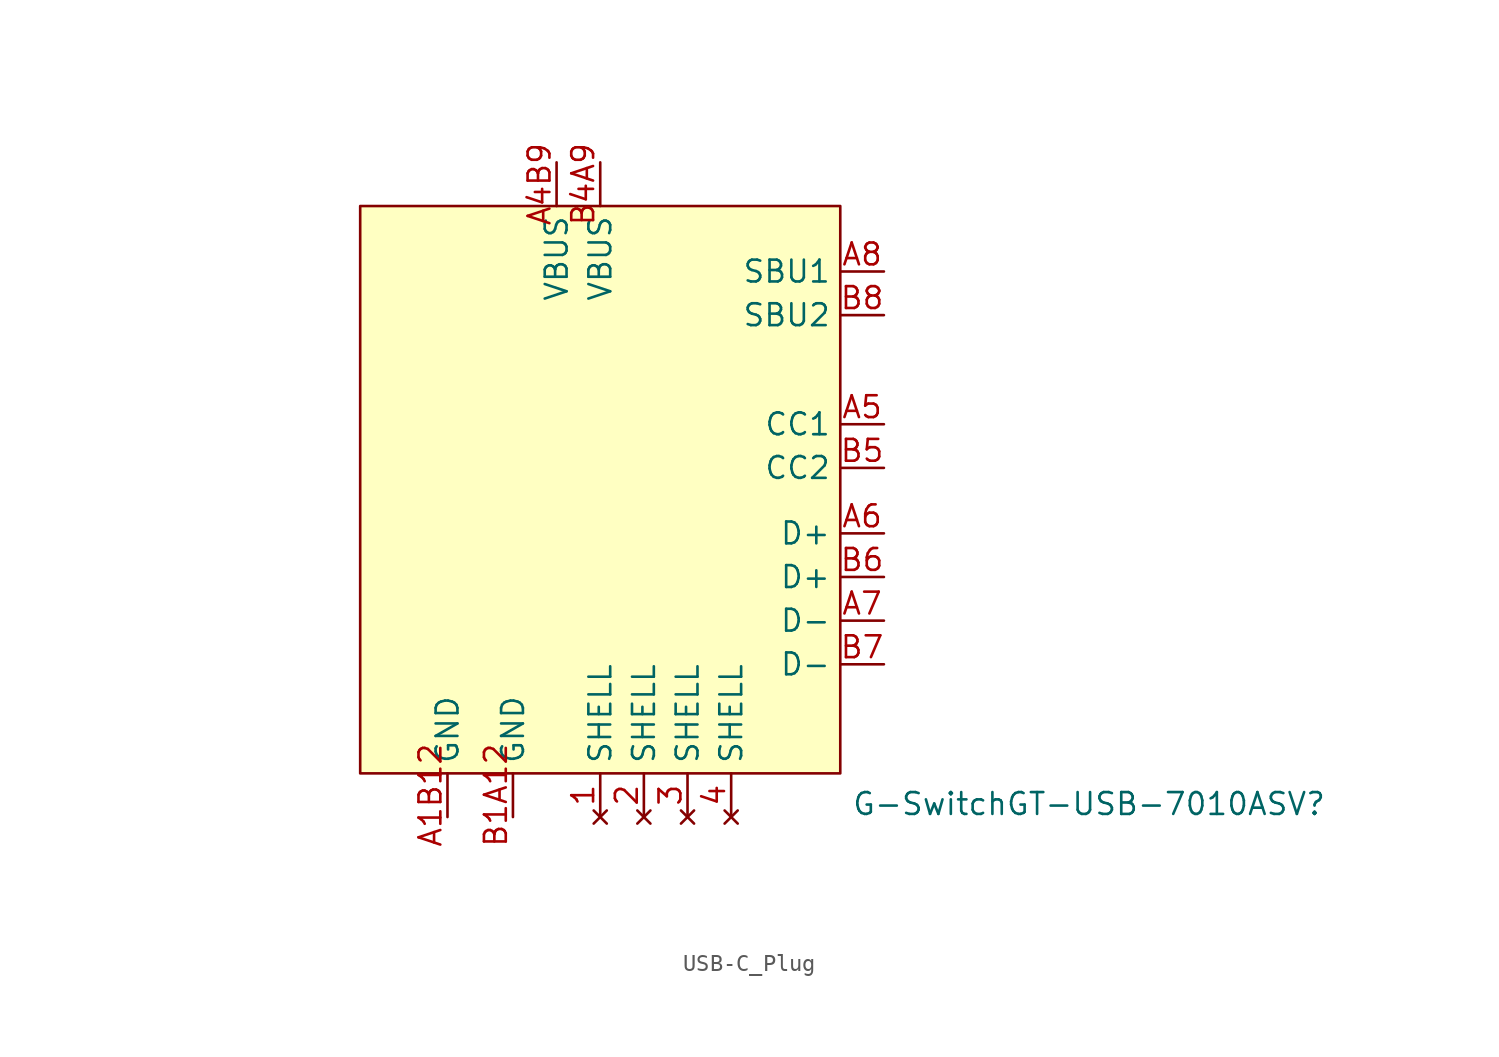
<source format=kicad_sym>
(kicad_symbol_lib
  (version 20231120)
  (generator "kicad_symbol_editor")
  (generator_version "8.0")
  (symbol "USB-C_Plug"
    (property "Reference" "G-SwitchGT-USB-7010ASV"
      (at 42.418 -1.778 0)
      (effects (font (size 1.27 1.27))))
    (property "Value" ""
      (at -10.16 -5.588 0)
      (effects (font (size 1.27 1.27))))
    (symbol "USB-C_Plug_1_1"
      (rectangle (start 0 33.02) (end 27.94 0) (stroke (width 0) (type default)) (fill (type background)))
      (pin no_connect line (at 13.97 -2.54 90) (length 2.54) (name "SHELL" (effects (font (size 1.27 1.27)))) (number "1" (effects (font (size 1.27 1.27)))))
      (pin no_connect line (at 16.51 -2.54 90) (length 2.54) (name "SHELL" (effects (font (size 1.27 1.27)))) (number "2" (effects (font (size 1.27 1.27)))))
      (pin no_connect line (at 19.05 -2.54 90) (length 2.54) (name "SHELL" (effects (font (size 1.27 1.27)))) (number "3" (effects (font (size 1.27 1.27)))))
      (pin no_connect line (at 21.59 -2.54 90) (length 2.54) (name "SHELL" (effects (font (size 1.27 1.27)))) (number "4" (effects (font (size 1.27 1.27)))))
      (pin power_in line (at 5.08 -2.54 90) (length 2.54) (name "GND" (effects (font (size 1.27 1.27)))) (number "A1B12" (effects (font (size 1.27 1.27)))))
      (pin output line (at 11.43 35.56 270) (length 2.54) (name "VBUS" (effects (font (size 1.27 1.27)))) (number "A4B9" (effects (font (size 1.27 1.27)))))
      (pin input line (at 30.48 20.32 180) (length 2.54) (name "CC1" (effects (font (size 1.27 1.27)))) (number "A5" (effects (font (size 1.27 1.27)))))
      (pin bidirectional line (at 30.48 13.97 180) (length 2.54) (name "D+" (effects (font (size 1.27 1.27)))) (number "A6" (effects (font (size 1.27 1.27)))))
      (pin bidirectional line (at 30.48 8.89 180) (length 2.54) (name "D-" (effects (font (size 1.27 1.27)))) (number "A7" (effects (font (size 1.27 1.27)))))
      (pin input line (at 30.48 29.21 180) (length 2.54) (name "SBU1" (effects (font (size 1.27 1.27)))) (number "A8" (effects (font (size 1.27 1.27)))))
      (pin power_in line (at 8.89 -2.54 90) (length 2.54) (name "GND" (effects (font (size 1.27 1.27)))) (number "B1A12" (effects (font (size 1.27 1.27)))))
      (pin output line (at 13.97 35.56 270) (length 2.54) (name "VBUS" (effects (font (size 1.27 1.27)))) (number "B4A9" (effects (font (size 1.27 1.27)))))
      (pin input line (at 30.48 17.78 180) (length 2.54) (name "CC2" (effects (font (size 1.27 1.27)))) (number "B5" (effects (font (size 1.27 1.27)))))
      (pin bidirectional line (at 30.48 11.43 180) (length 2.54) (name "D+" (effects (font (size 1.27 1.27)))) (number "B6" (effects (font (size 1.27 1.27)))))
      (pin bidirectional line (at 30.48 6.35 180) (length 2.54) (name "D-" (effects (font (size 1.27 1.27)))) (number "B7" (effects (font (size 1.27 1.27)))))
      (pin input line (at 30.48 26.67 180) (length 2.54) (name "SBU2" (effects (font (size 1.27 1.27)))) (number "B8" (effects (font (size 1.27 1.27))))))))
</source>
